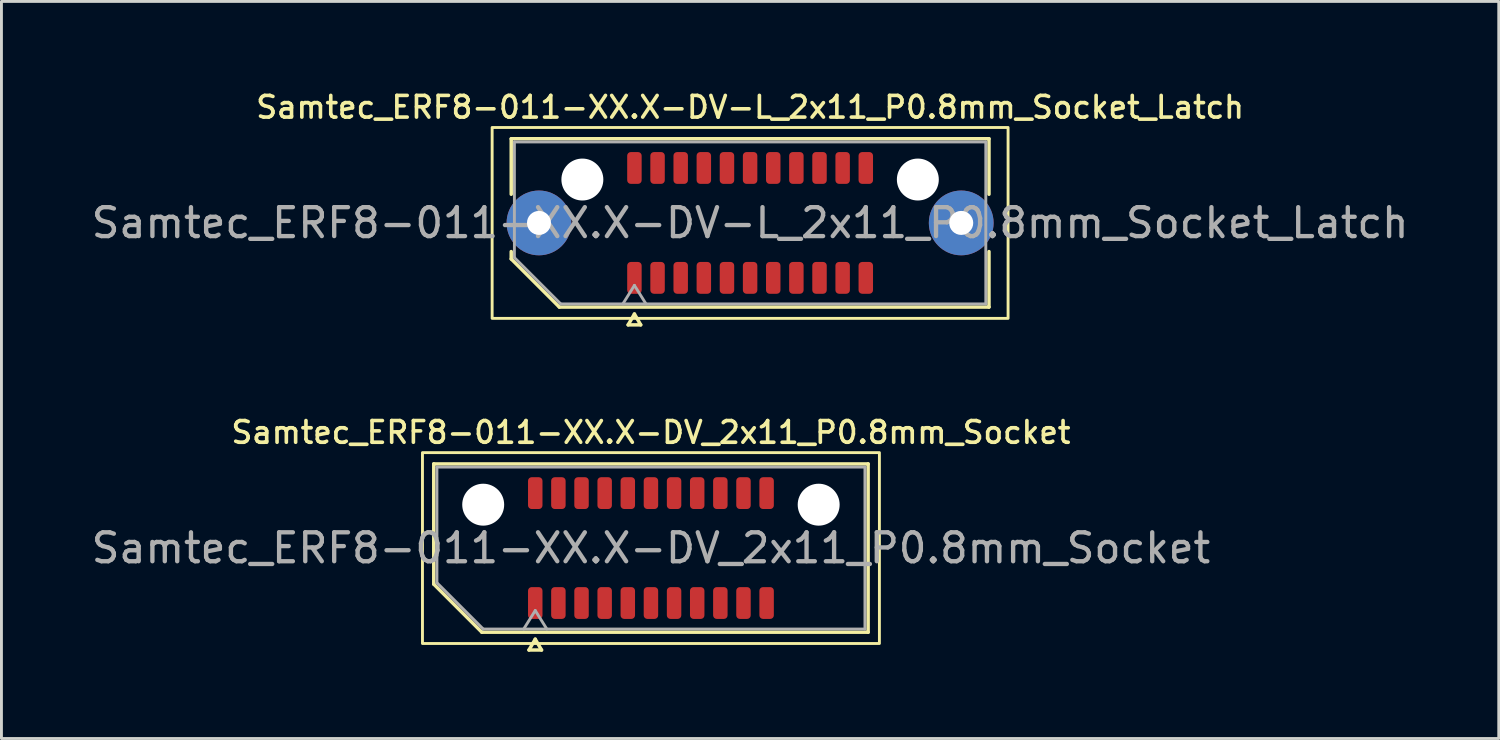
<source format=kicad_pcb>
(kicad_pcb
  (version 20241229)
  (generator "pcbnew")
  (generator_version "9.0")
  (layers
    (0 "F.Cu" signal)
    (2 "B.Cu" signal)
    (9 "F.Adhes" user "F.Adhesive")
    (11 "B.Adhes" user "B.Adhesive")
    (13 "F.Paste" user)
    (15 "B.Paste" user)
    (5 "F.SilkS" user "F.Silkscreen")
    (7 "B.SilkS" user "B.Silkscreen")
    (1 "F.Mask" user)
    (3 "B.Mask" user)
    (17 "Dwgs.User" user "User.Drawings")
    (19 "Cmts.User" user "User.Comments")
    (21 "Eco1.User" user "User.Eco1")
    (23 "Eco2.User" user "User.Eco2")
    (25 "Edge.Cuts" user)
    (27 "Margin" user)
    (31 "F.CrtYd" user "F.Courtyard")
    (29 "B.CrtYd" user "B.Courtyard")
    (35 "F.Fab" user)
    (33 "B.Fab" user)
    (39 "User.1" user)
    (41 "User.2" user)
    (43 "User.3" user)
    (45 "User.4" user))
  (footprint "Samtec_ERF8-011-XX.X-DV-L_2x11_P0.8mm_Socket_Latch"
    (layer "F.Cu")
    (at 22.887 4.658)
    (property "Reference" "Samtec_ERF8-011-XX.X-DV-L_2x11_P0.8mm_Socket_Latch" (at 0 -4 0) (layer "F.SilkS") (effects (font (size 0.75 0.75) (thickness 0.125))))
    (attr smd)
    (fp_line (start -8.26 -2.91) (end 8.26 -2.91) (stroke (width 0.12) (type solid)) (layer "F.SilkS"))
    (fp_line (start -8.26 -0.991) (end -8.26 -2.91) (stroke (width 0.12) (type solid)) (layer "F.SilkS"))
    (fp_line (start -8.26 1.246) (end -8.26 0.991) (stroke (width 0.12) (type solid)) (layer "F.SilkS"))
    (fp_line (start -6.596 2.91) (end -8.26 1.246) (stroke (width 0.12) (type solid)) (layer "F.SilkS"))
    (fp_line (start -4.217 3.525) (end -4 3.15) (stroke (width 0.12) (type solid)) (layer "F.SilkS"))
    (fp_line (start -4 3.15) (end -3.783 3.525) (stroke (width 0.12) (type solid)) (layer "F.SilkS"))
    (fp_line (start -3.783 3.525) (end -4.217 3.525) (stroke (width 0.12) (type solid)) (layer "F.SilkS"))
    (fp_line (start 8.26 -2.91) (end 8.26 -0.991) (stroke (width 0.12) (type solid)) (layer "F.SilkS"))
    (fp_line (start 8.26 0.991) (end 8.26 2.91) (stroke (width 0.12) (type solid)) (layer "F.SilkS"))
    (fp_line (start 8.26 2.91) (end -6.596 2.91) (stroke (width 0.12) (type solid)) (layer "F.SilkS"))
    (fp_rect (start -8.92 -3.3) (end 8.92 3.3) (stroke (width 0.1) (type solid)) (fill no) (layer "F.SilkS"))
    (fp_line (start -8.15 -2.8) (end 8.15 -2.8) (stroke (width 0.1) (type solid)) (layer "F.Fab"))
    (fp_line (start -8.15 1.2) (end -8.15 -2.8) (stroke (width 0.1) (type solid)) (layer "F.Fab"))
    (fp_line (start -6.55 2.8) (end -8.15 1.2) (stroke (width 0.1) (type solid)) (layer "F.Fab"))
    (fp_line (start -4.4 2.8) (end -4 2.16) (stroke (width 0.1) (type solid)) (layer "F.Fab"))
    (fp_line (start -4 2.16) (end -3.6 2.8) (stroke (width 0.1) (type solid)) (layer "F.Fab"))
    (fp_line (start 8.15 -2.8) (end 8.15 2.8) (stroke (width 0.1) (type solid)) (layer "F.Fab"))
    (fp_line (start 8.15 2.8) (end -6.55 2.8) (stroke (width 0.1) (type solid)) (layer "F.Fab"))
    (fp_text user "${REFERENCE}" (at 0 0 0) (layer "F.Fab") (effects (font (size 1 1) (thickness 0.15))))
    (pad "" thru_hole circle (at -7.3 0) (size 2.24 2.24) (drill 0.83) (layers "*.Cu" "*.Mask" "F.Paste"))
    (pad "" np_thru_hole circle (at -5.8 -1.5) (size 1.45 1.45) (drill 1.45) (layers "*.Cu" "*.Mask"))
    (pad "" np_thru_hole circle (at 5.8 -1.5) (size 1.45 1.45) (drill 1.45) (layers "*.Cu" "*.Mask"))
    (pad "" thru_hole circle (at 7.3 0) (size 2.24 2.24) (drill 0.83) (layers "*.Cu" "*.Mask" "F.Paste"))
    (pad "1" smd roundrect (at -4 1.9) (size 0.5 1.1) (layers "F.Cu" "F.Mask" "F.Paste") (roundrect_rratio 0.25))
    (pad "2" smd roundrect (at -4 -1.9) (size 0.5 1.1) (layers "F.Cu" "F.Mask" "F.Paste") (roundrect_rratio 0.25))
    (pad "3" smd roundrect (at -3.2 1.9) (size 0.5 1.1) (layers "F.Cu" "F.Mask" "F.Paste") (roundrect_rratio 0.25))
    (pad "4" smd roundrect (at -3.2 -1.9) (size 0.5 1.1) (layers "F.Cu" "F.Mask" "F.Paste") (roundrect_rratio 0.25))
    (pad "5" smd roundrect (at -2.4 1.9) (size 0.5 1.1) (layers "F.Cu" "F.Mask" "F.Paste") (roundrect_rratio 0.25))
    (pad "6" smd roundrect (at -2.4 -1.9) (size 0.5 1.1) (layers "F.Cu" "F.Mask" "F.Paste") (roundrect_rratio 0.25))
    (pad "7" smd roundrect (at -1.6 1.9) (size 0.5 1.1) (layers "F.Cu" "F.Mask" "F.Paste") (roundrect_rratio 0.25))
    (pad "8" smd roundrect (at -1.6 -1.9) (size 0.5 1.1) (layers "F.Cu" "F.Mask" "F.Paste") (roundrect_rratio 0.25))
    (pad "9" smd roundrect (at -0.8 1.9) (size 0.5 1.1) (layers "F.Cu" "F.Mask" "F.Paste") (roundrect_rratio 0.25))
    (pad "10" smd roundrect (at -0.8 -1.9) (size 0.5 1.1) (layers "F.Cu" "F.Mask" "F.Paste") (roundrect_rratio 0.25))
    (pad "11" smd roundrect (at 0 1.9) (size 0.5 1.1) (layers "F.Cu" "F.Mask" "F.Paste") (roundrect_rratio 0.25))
    (pad "12" smd roundrect (at 0 -1.9) (size 0.5 1.1) (layers "F.Cu" "F.Mask" "F.Paste") (roundrect_rratio 0.25))
    (pad "13" smd roundrect (at 0.8 1.9) (size 0.5 1.1) (layers "F.Cu" "F.Mask" "F.Paste") (roundrect_rratio 0.25))
    (pad "14" smd roundrect (at 0.8 -1.9) (size 0.5 1.1) (layers "F.Cu" "F.Mask" "F.Paste") (roundrect_rratio 0.25))
    (pad "15" smd roundrect (at 1.6 1.9) (size 0.5 1.1) (layers "F.Cu" "F.Mask" "F.Paste") (roundrect_rratio 0.25))
    (pad "16" smd roundrect (at 1.6 -1.9) (size 0.5 1.1) (layers "F.Cu" "F.Mask" "F.Paste") (roundrect_rratio 0.25))
    (pad "17" smd roundrect (at 2.4 1.9) (size 0.5 1.1) (layers "F.Cu" "F.Mask" "F.Paste") (roundrect_rratio 0.25))
    (pad "18" smd roundrect (at 2.4 -1.9) (size 0.5 1.1) (layers "F.Cu" "F.Mask" "F.Paste") (roundrect_rratio 0.25))
    (pad "19" smd roundrect (at 3.2 1.9) (size 0.5 1.1) (layers "F.Cu" "F.Mask" "F.Paste") (roundrect_rratio 0.25))
    (pad "20" smd roundrect (at 3.2 -1.9) (size 0.5 1.1) (layers "F.Cu" "F.Mask" "F.Paste") (roundrect_rratio 0.25))
    (pad "21" smd roundrect (at 4 1.9) (size 0.5 1.1) (layers "F.Cu" "F.Mask" "F.Paste") (roundrect_rratio 0.25))
    (pad "22" smd roundrect (at 4 -1.9) (size 0.5 1.1) (layers "F.Cu" "F.Mask" "F.Paste") (roundrect_rratio 0.25)))
  (footprint "Samtec_ERF8-011-XX.X-DV_2x11_P0.8mm_Socket"
    (layer "F.Cu")
    (at 19.458 15.901)
    (property "Reference" "Samtec_ERF8-011-XX.X-DV_2x11_P0.8mm_Socket" (at 0 -4 0) (layer "F.SilkS") (effects (font (size 0.75 0.75) (thickness 0.125))))
    (attr smd)
    (fp_line (start -7.51 -2.91) (end 7.51 -2.91) (stroke (width 0.12) (type solid)) (layer "F.SilkS"))
    (fp_line (start -7.51 1.246) (end -7.51 -2.91) (stroke (width 0.12) (type solid)) (layer "F.SilkS"))
    (fp_line (start -5.846 2.91) (end -7.51 1.246) (stroke (width 0.12) (type solid)) (layer "F.SilkS"))
    (fp_line (start -4.217 3.525) (end -4 3.15) (stroke (width 0.12) (type solid)) (layer "F.SilkS"))
    (fp_line (start -4 3.15) (end -3.783 3.525) (stroke (width 0.12) (type solid)) (layer "F.SilkS"))
    (fp_line (start -3.783 3.525) (end -4.217 3.525) (stroke (width 0.12) (type solid)) (layer "F.SilkS"))
    (fp_line (start 7.51 -2.91) (end 7.51 2.91) (stroke (width 0.12) (type solid)) (layer "F.SilkS"))
    (fp_line (start 7.51 2.91) (end -5.846 2.91) (stroke (width 0.12) (type solid)) (layer "F.SilkS"))
    (fp_rect (start -7.9 -3.3) (end 7.9 3.3) (stroke (width 0.1) (type solid)) (fill no) (layer "F.SilkS"))
    (fp_line (start -7.4 -2.8) (end 7.4 -2.8) (stroke (width 0.1) (type solid)) (layer "F.Fab"))
    (fp_line (start -7.4 1.2) (end -7.4 -2.8) (stroke (width 0.1) (type solid)) (layer "F.Fab"))
    (fp_line (start -5.8 2.8) (end -7.4 1.2) (stroke (width 0.1) (type solid)) (layer "F.Fab"))
    (fp_line (start -4.4 2.8) (end -4 2.16) (stroke (width 0.1) (type solid)) (layer "F.Fab"))
    (fp_line (start -4 2.16) (end -3.6 2.8) (stroke (width 0.1) (type solid)) (layer "F.Fab"))
    (fp_line (start 7.4 -2.8) (end 7.4 2.8) (stroke (width 0.1) (type solid)) (layer "F.Fab"))
    (fp_line (start 7.4 2.8) (end -5.8 2.8) (stroke (width 0.1) (type solid)) (layer "F.Fab"))
    (fp_text user "${REFERENCE}" (at 0 0 0) (layer "F.Fab") (effects (font (size 1 1) (thickness 0.15))))
    (pad "" np_thru_hole circle (at -5.8 -1.5) (size 1.45 1.45) (drill 1.45) (layers "*.Cu" "*.Mask"))
    (pad "" np_thru_hole circle (at 5.8 -1.5) (size 1.45 1.45) (drill 1.45) (layers "*.Cu" "*.Mask"))
    (pad "1" smd roundrect (at -4 1.9) (size 0.5 1.1) (layers "F.Cu" "F.Mask" "F.Paste") (roundrect_rratio 0.25))
    (pad "2" smd roundrect (at -4 -1.9) (size 0.5 1.1) (layers "F.Cu" "F.Mask" "F.Paste") (roundrect_rratio 0.25))
    (pad "3" smd roundrect (at -3.2 1.9) (size 0.5 1.1) (layers "F.Cu" "F.Mask" "F.Paste") (roundrect_rratio 0.25))
    (pad "4" smd roundrect (at -3.2 -1.9) (size 0.5 1.1) (layers "F.Cu" "F.Mask" "F.Paste") (roundrect_rratio 0.25))
    (pad "5" smd roundrect (at -2.4 1.9) (size 0.5 1.1) (layers "F.Cu" "F.Mask" "F.Paste") (roundrect_rratio 0.25))
    (pad "6" smd roundrect (at -2.4 -1.9) (size 0.5 1.1) (layers "F.Cu" "F.Mask" "F.Paste") (roundrect_rratio 0.25))
    (pad "7" smd roundrect (at -1.6 1.9) (size 0.5 1.1) (layers "F.Cu" "F.Mask" "F.Paste") (roundrect_rratio 0.25))
    (pad "8" smd roundrect (at -1.6 -1.9) (size 0.5 1.1) (layers "F.Cu" "F.Mask" "F.Paste") (roundrect_rratio 0.25))
    (pad "9" smd roundrect (at -0.8 1.9) (size 0.5 1.1) (layers "F.Cu" "F.Mask" "F.Paste") (roundrect_rratio 0.25))
    (pad "10" smd roundrect (at -0.8 -1.9) (size 0.5 1.1) (layers "F.Cu" "F.Mask" "F.Paste") (roundrect_rratio 0.25))
    (pad "11" smd roundrect (at 0 1.9) (size 0.5 1.1) (layers "F.Cu" "F.Mask" "F.Paste") (roundrect_rratio 0.25))
    (pad "12" smd roundrect (at 0 -1.9) (size 0.5 1.1) (layers "F.Cu" "F.Mask" "F.Paste") (roundrect_rratio 0.25))
    (pad "13" smd roundrect (at 0.8 1.9) (size 0.5 1.1) (layers "F.Cu" "F.Mask" "F.Paste") (roundrect_rratio 0.25))
    (pad "14" smd roundrect (at 0.8 -1.9) (size 0.5 1.1) (layers "F.Cu" "F.Mask" "F.Paste") (roundrect_rratio 0.25))
    (pad "15" smd roundrect (at 1.6 1.9) (size 0.5 1.1) (layers "F.Cu" "F.Mask" "F.Paste") (roundrect_rratio 0.25))
    (pad "16" smd roundrect (at 1.6 -1.9) (size 0.5 1.1) (layers "F.Cu" "F.Mask" "F.Paste") (roundrect_rratio 0.25))
    (pad "17" smd roundrect (at 2.4 1.9) (size 0.5 1.1) (layers "F.Cu" "F.Mask" "F.Paste") (roundrect_rratio 0.25))
    (pad "18" smd roundrect (at 2.4 -1.9) (size 0.5 1.1) (layers "F.Cu" "F.Mask" "F.Paste") (roundrect_rratio 0.25))
    (pad "19" smd roundrect (at 3.2 1.9) (size 0.5 1.1) (layers "F.Cu" "F.Mask" "F.Paste") (roundrect_rratio 0.25))
    (pad "20" smd roundrect (at 3.2 -1.9) (size 0.5 1.1) (layers "F.Cu" "F.Mask" "F.Paste") (roundrect_rratio 0.25))
    (pad "21" smd roundrect (at 4 1.9) (size 0.5 1.1) (layers "F.Cu" "F.Mask" "F.Paste") (roundrect_rratio 0.25))
    (pad "22" smd roundrect (at 4 -1.9) (size 0.5 1.1) (layers "F.Cu" "F.Mask" "F.Paste") (roundrect_rratio 0.25)))
  (gr_rect
    (start -3 -3)
    (end 48.774 22.486)
    (stroke (width 0.1) (type default))
    (fill no)
    (layer "Edge.Cuts")))
</source>
